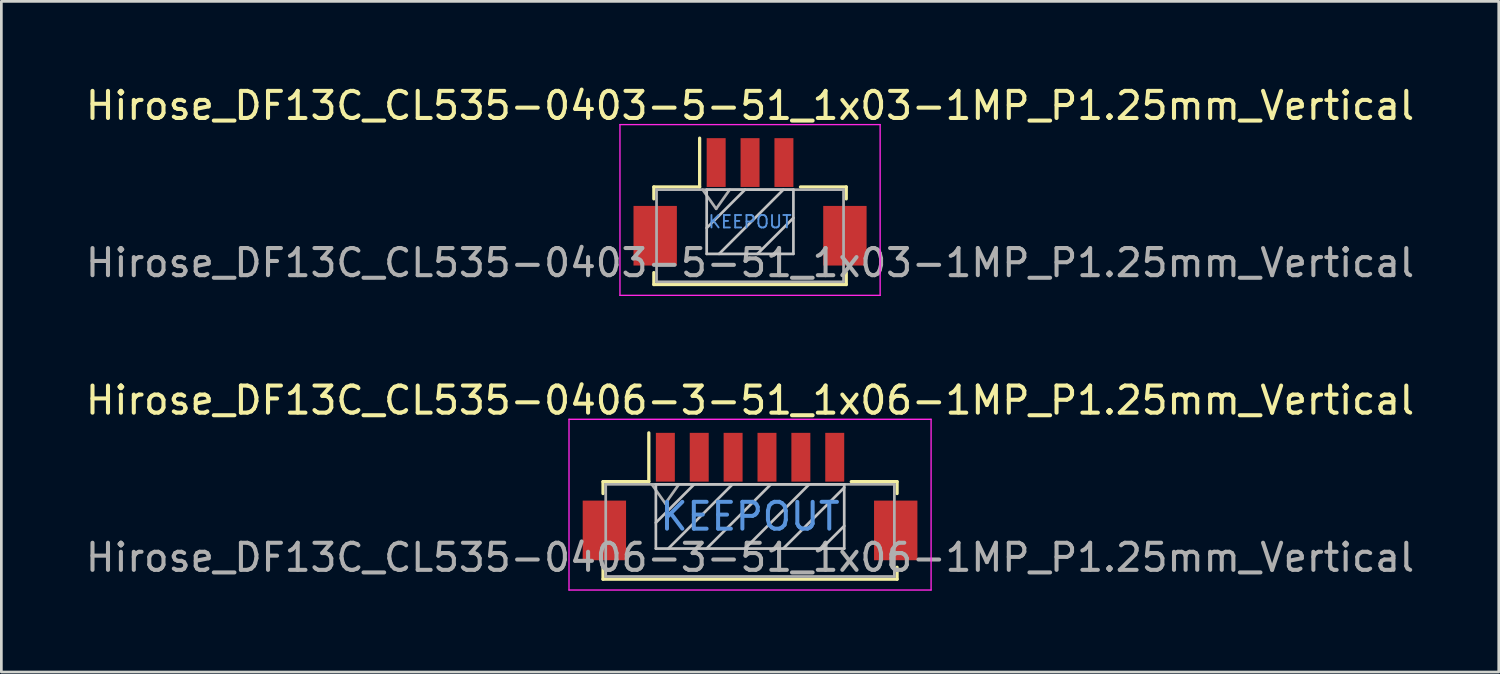
<source format=kicad_pcb>
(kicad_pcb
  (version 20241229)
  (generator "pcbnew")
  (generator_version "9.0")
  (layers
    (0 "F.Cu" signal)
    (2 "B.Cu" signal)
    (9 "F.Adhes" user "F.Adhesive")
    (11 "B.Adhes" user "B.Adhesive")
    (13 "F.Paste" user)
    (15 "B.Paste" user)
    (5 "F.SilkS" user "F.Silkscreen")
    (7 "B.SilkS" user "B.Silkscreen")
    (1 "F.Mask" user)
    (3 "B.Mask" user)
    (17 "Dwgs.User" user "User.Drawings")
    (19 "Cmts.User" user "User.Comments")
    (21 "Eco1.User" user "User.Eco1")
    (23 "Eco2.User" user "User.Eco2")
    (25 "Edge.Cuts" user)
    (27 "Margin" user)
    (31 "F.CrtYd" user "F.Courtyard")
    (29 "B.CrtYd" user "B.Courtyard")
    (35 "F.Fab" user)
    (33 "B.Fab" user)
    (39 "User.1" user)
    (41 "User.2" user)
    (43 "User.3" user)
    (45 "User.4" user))
  (footprint "Hirose_DF13C_CL535-0406-3-51_1x06-1MP_P1.25mm_Vertical"
    (layer "F.Cu")
    (at 24.625 15.271)
    (property "Reference" "Hirose_DF13C_CL535-0406-3-51_1x06-1MP_P1.25mm_Vertical" (at 0 -3.55 0) (layer "F.SilkS") (effects (font (size 1 1) (thickness 0.15))))
    (attr smd)
    (fp_line (start -5.425 -0.55) (end -5.425 -0.11) (stroke (width 0.12) (type solid)) (layer "F.SilkS"))
    (fp_line (start -5.425 2.61) (end -5.425 3.05) (stroke (width 0.12) (type solid)) (layer "F.SilkS"))
    (fp_line (start -5.425 3.05) (end 5.425 3.05) (stroke (width 0.12) (type solid)) (layer "F.SilkS"))
    (fp_line (start -3.735 -0.55) (end -5.425 -0.55) (stroke (width 0.12) (type solid)) (layer "F.SilkS"))
    (fp_line (start -3.735 -0.55) (end -3.735 -2.35) (stroke (width 0.12) (type solid)) (layer "F.SilkS"))
    (fp_line (start 3.735 -0.55) (end 5.425 -0.55) (stroke (width 0.12) (type solid)) (layer "F.SilkS"))
    (fp_line (start 5.425 -0.55) (end 5.425 -0.11) (stroke (width 0.12) (type solid)) (layer "F.SilkS"))
    (fp_line (start 5.425 3.05) (end 5.425 2.61) (stroke (width 0.12) (type solid)) (layer "F.SilkS"))
    (fp_line (start -3.475 -0.45) (end -3.475 1.92) (stroke (width 0.1) (type solid)) (layer "Dwgs.User"))
    (fp_line (start -3.475 1.92) (end 3.475 1.92) (stroke (width 0.1) (type solid)) (layer "Dwgs.User"))
    (fp_line (start -2.061 -0.45) (end -3.475 0.964) (stroke (width 0.1) (type solid)) (layer "Dwgs.User"))
    (fp_line (start -0.647 -0.45) (end -3.017 1.92) (stroke (width 0.1) (type solid)) (layer "Dwgs.User"))
    (fp_line (start 0.768 -0.45) (end -1.602 1.92) (stroke (width 0.1) (type solid)) (layer "Dwgs.User"))
    (fp_line (start 2.182 -0.45) (end -0.188 1.92) (stroke (width 0.1) (type solid)) (layer "Dwgs.User"))
    (fp_line (start 3.475 -0.45) (end -3.475 -0.45) (stroke (width 0.1) (type solid)) (layer "Dwgs.User"))
    (fp_line (start 3.475 -0.329) (end 1.226 1.92) (stroke (width 0.1) (type solid)) (layer "Dwgs.User"))
    (fp_line (start 3.475 1.085) (end 2.64 1.92) (stroke (width 0.1) (type solid)) (layer "Dwgs.User"))
    (fp_line (start 3.475 1.92) (end 3.475 -0.45) (stroke (width 0.1) (type solid)) (layer "Dwgs.User"))
    (fp_line (start -6.68 -2.85) (end -6.68 3.45) (stroke (width 0.05) (type solid)) (layer "F.CrtYd"))
    (fp_line (start -6.68 3.45) (end 6.68 3.45) (stroke (width 0.05) (type solid)) (layer "F.CrtYd"))
    (fp_line (start 6.68 -2.85) (end -6.68 -2.85) (stroke (width 0.05) (type solid)) (layer "F.CrtYd"))
    (fp_line (start 6.68 3.45) (end 6.68 -2.85) (stroke (width 0.05) (type solid)) (layer "F.CrtYd"))
    (fp_line (start -5.325 -0.45) (end -5.325 2.95) (stroke (width 0.1) (type solid)) (layer "F.Fab"))
    (fp_line (start -5.325 2.95) (end 5.325 2.95) (stroke (width 0.1) (type solid)) (layer "F.Fab"))
    (fp_line (start -3.625 -0.45) (end -3.125 0.257) (stroke (width 0.1) (type solid)) (layer "F.Fab"))
    (fp_line (start -3.125 0.257) (end -2.625 -0.45) (stroke (width 0.1) (type solid)) (layer "F.Fab"))
    (fp_line (start 5.325 -0.45) (end -5.325 -0.45) (stroke (width 0.1) (type solid)) (layer "F.Fab"))
    (fp_line (start 5.325 2.95) (end 5.325 -0.45) (stroke (width 0.1) (type solid)) (layer "F.Fab"))
    (fp_text user "KEEPOUT" (at 0 0.735 0) (layer "Cmts.User") (effects (font (size 0.99 0.99) (thickness 0.148))))
    (fp_text user "${REFERENCE}" (at 0 2.25 0) (layer "F.Fab") (effects (font (size 1 1) (thickness 0.15))))
    (pad "1" smd rect (at -3.125 -1.45) (size 0.7 1.8) (layers "F.Cu" "F.Mask" "F.Paste"))
    (pad "2" smd rect (at -1.875 -1.45) (size 0.7 1.8) (layers "F.Cu" "F.Mask" "F.Paste"))
    (pad "3" smd rect (at -0.625 -1.45) (size 0.7 1.8) (layers "F.Cu" "F.Mask" "F.Paste"))
    (pad "4" smd rect (at 0.625 -1.45) (size 0.7 1.8) (layers "F.Cu" "F.Mask" "F.Paste"))
    (pad "5" smd rect (at 1.875 -1.45) (size 0.7 1.8) (layers "F.Cu" "F.Mask" "F.Paste"))
    (pad "6" smd rect (at 3.125 -1.45) (size 0.7 1.8) (layers "F.Cu" "F.Mask" "F.Paste"))
    (pad "MP" smd rect (at -5.375 1.25) (size 1.6 2.2) (layers "F.Cu" "F.Mask" "F.Paste"))
    (pad "MP" smd rect (at 5.375 1.25) (size 1.6 2.2) (layers "F.Cu" "F.Mask" "F.Paste")))
  (footprint "Hirose_DF13C_CL535-0403-5-51_1x03-1MP_P1.25mm_Vertical"
    (layer "F.Cu")
    (at 24.625 4.398)
    (property "Reference" "Hirose_DF13C_CL535-0403-5-51_1x03-1MP_P1.25mm_Vertical" (at 0 -3.55 0) (layer "F.SilkS") (effects (font (size 1 1) (thickness 0.15))))
    (attr smd)
    (fp_line (start -3.55 -0.55) (end -3.55 -0.11) (stroke (width 0.12) (type solid)) (layer "F.SilkS"))
    (fp_line (start -3.55 2.61) (end -3.55 3.05) (stroke (width 0.12) (type solid)) (layer "F.SilkS"))
    (fp_line (start -3.55 3.05) (end 3.55 3.05) (stroke (width 0.12) (type solid)) (layer "F.SilkS"))
    (fp_line (start -1.86 -0.55) (end -3.55 -0.55) (stroke (width 0.12) (type solid)) (layer "F.SilkS"))
    (fp_line (start -1.86 -0.55) (end -1.86 -2.35) (stroke (width 0.12) (type solid)) (layer "F.SilkS"))
    (fp_line (start 1.86 -0.55) (end 3.55 -0.55) (stroke (width 0.12) (type solid)) (layer "F.SilkS"))
    (fp_line (start 3.55 -0.55) (end 3.55 -0.11) (stroke (width 0.12) (type solid)) (layer "F.SilkS"))
    (fp_line (start 3.55 3.05) (end 3.55 2.61) (stroke (width 0.12) (type solid)) (layer "F.SilkS"))
    (fp_line (start -1.6 -0.45) (end -1.6 1.92) (stroke (width 0.1) (type solid)) (layer "Dwgs.User"))
    (fp_line (start -1.6 1.92) (end 1.6 1.92) (stroke (width 0.1) (type solid)) (layer "Dwgs.User"))
    (fp_line (start -0.186 -0.45) (end -1.6 0.964) (stroke (width 0.1) (type solid)) (layer "Dwgs.User"))
    (fp_line (start 1.228 -0.45) (end -1.142 1.92) (stroke (width 0.1) (type solid)) (layer "Dwgs.User"))
    (fp_line (start 1.6 -0.45) (end -1.6 -0.45) (stroke (width 0.1) (type solid)) (layer "Dwgs.User"))
    (fp_line (start 1.6 0.593) (end 0.273 1.92) (stroke (width 0.1) (type solid)) (layer "Dwgs.User"))
    (fp_line (start 1.6 1.92) (end 1.6 -0.45) (stroke (width 0.1) (type solid)) (layer "Dwgs.User"))
    (fp_line (start -4.8 -2.85) (end -4.8 3.45) (stroke (width 0.05) (type solid)) (layer "F.CrtYd"))
    (fp_line (start -4.8 3.45) (end 4.8 3.45) (stroke (width 0.05) (type solid)) (layer "F.CrtYd"))
    (fp_line (start 4.8 -2.85) (end -4.8 -2.85) (stroke (width 0.05) (type solid)) (layer "F.CrtYd"))
    (fp_line (start 4.8 3.45) (end 4.8 -2.85) (stroke (width 0.05) (type solid)) (layer "F.CrtYd"))
    (fp_line (start -3.45 -0.45) (end -3.45 2.95) (stroke (width 0.1) (type solid)) (layer "F.Fab"))
    (fp_line (start -3.45 2.95) (end 3.45 2.95) (stroke (width 0.1) (type solid)) (layer "F.Fab"))
    (fp_line (start -1.75 -0.45) (end -1.25 0.257) (stroke (width 0.1) (type solid)) (layer "F.Fab"))
    (fp_line (start -1.25 0.257) (end -0.75 -0.45) (stroke (width 0.1) (type solid)) (layer "F.Fab"))
    (fp_line (start 3.45 -0.45) (end -3.45 -0.45) (stroke (width 0.1) (type solid)) (layer "F.Fab"))
    (fp_line (start 3.45 2.95) (end 3.45 -0.45) (stroke (width 0.1) (type solid)) (layer "F.Fab"))
    (fp_text user "KEEPOUT" (at 0 0.735 0) (layer "Cmts.User") (effects (font (size 0.46 0.46) (thickness 0.069))))
    (fp_text user "${REFERENCE}" (at 0 2.25 0) (layer "F.Fab") (effects (font (size 1 1) (thickness 0.15))))
    (pad "1" smd rect (at -1.25 -1.45) (size 0.7 1.8) (layers "F.Cu" "F.Mask" "F.Paste"))
    (pad "2" smd rect (at 0 -1.45) (size 0.7 1.8) (layers "F.Cu" "F.Mask" "F.Paste"))
    (pad "3" smd rect (at 1.25 -1.45) (size 0.7 1.8) (layers "F.Cu" "F.Mask" "F.Paste"))
    (pad "MP" smd rect (at -3.5 1.25) (size 1.6 2.2) (layers "F.Cu" "F.Mask" "F.Paste"))
    (pad "MP" smd rect (at 3.5 1.25) (size 1.6 2.2) (layers "F.Cu" "F.Mask" "F.Paste")))
  (gr_rect
    (start -3 -3)
    (end 52.25 21.747)
    (stroke (width 0.1) (type default))
    (fill no)
    (layer "Edge.Cuts")))
</source>
